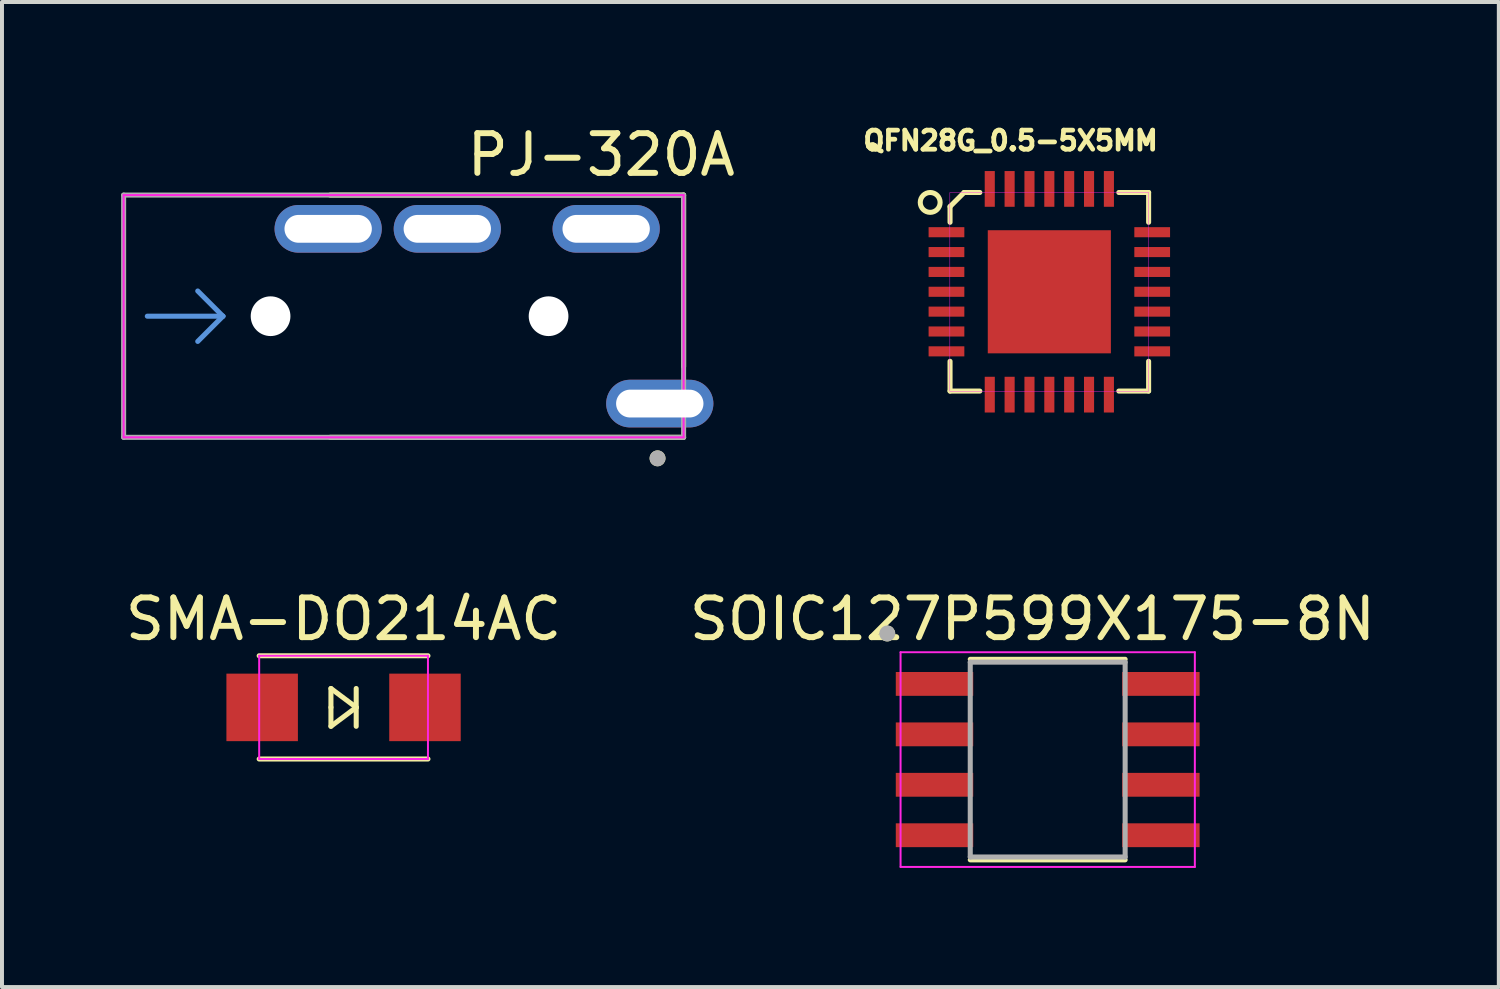
<source format=kicad_pcb>
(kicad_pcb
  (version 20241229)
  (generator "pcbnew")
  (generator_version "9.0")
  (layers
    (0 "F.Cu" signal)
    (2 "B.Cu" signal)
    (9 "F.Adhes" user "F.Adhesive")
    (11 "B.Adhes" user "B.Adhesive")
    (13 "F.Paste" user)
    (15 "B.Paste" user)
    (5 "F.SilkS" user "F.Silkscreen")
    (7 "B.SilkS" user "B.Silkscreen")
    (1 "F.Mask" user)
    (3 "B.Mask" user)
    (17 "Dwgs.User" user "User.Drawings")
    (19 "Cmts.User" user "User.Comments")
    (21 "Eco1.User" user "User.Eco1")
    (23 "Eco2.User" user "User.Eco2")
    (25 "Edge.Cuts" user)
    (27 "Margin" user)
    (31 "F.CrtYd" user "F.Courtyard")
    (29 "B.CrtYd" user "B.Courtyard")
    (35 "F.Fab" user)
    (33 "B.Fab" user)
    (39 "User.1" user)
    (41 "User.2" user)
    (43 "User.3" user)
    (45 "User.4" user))
  (footprint "SMA-DO214AC"
    (layer "F.Cu")
    (at 5.601 14.762)
    (property "Reference" "SMA-DO214AC" (at 0 -2.223 0) (layer "F.SilkS") (effects (font (size 1 1) (thickness 0.15))))
    (attr smd)
    (fp_line (start -2.125 -1.3) (end 2.125 -1.3) (stroke (width 0.127) (type solid)) (layer "F.SilkS"))
    (fp_line (start -2.125 1.3) (end 2.125 1.3) (stroke (width 0.127) (type solid)) (layer "F.SilkS"))
    (fp_line (start -0.318 -0.476) (end -0.318 0) (stroke (width 0.127) (type solid)) (layer "F.SilkS"))
    (fp_line (start -0.318 0) (end -0.318 0.476) (stroke (width 0.127) (type solid)) (layer "F.SilkS"))
    (fp_line (start -0.318 0.476) (end 0.318 0) (stroke (width 0.127) (type solid)) (layer "F.SilkS"))
    (fp_line (start 0.318 0) (end -0.318 -0.476) (stroke (width 0.127) (type solid)) (layer "F.SilkS"))
    (fp_line (start 0.318 0) (end 0.318 -0.476) (stroke (width 0.127) (type solid)) (layer "F.SilkS"))
    (fp_line (start 0.318 0) (end 0.318 0.476) (stroke (width 0.127) (type solid)) (layer "F.SilkS"))
    (fp_line (start -2.125 -1.3) (end -2.125 1.3) (stroke (width 0.05) (type solid)) (layer "F.CrtYd"))
    (fp_line (start -2.125 -1.3) (end 2.125 -1.3) (stroke (width 0.05) (type solid)) (layer "F.CrtYd"))
    (fp_line (start -2.125 1.3) (end 2.125 1.3) (stroke (width 0.05) (type solid)) (layer "F.CrtYd"))
    (fp_line (start 2.125 -1.3) (end 2.125 1.3) (stroke (width 0.05) (type solid)) (layer "F.CrtYd"))
    (pad "1" smd rect (at -2.05 0) (size 1.8 1.7) (layers "F.Cu" "F.Mask" "F.Paste"))
    (pad "2" smd rect (at 2.05 0) (size 1.8 1.7) (layers "F.Cu" "F.Mask" "F.Paste")))
  (footprint "SOIC127P599X175-8N"
    (layer "F.Cu")
    (at 23.331 16.076)
    (property "Reference" "SOIC127P599X175-8N" (at -0.385 -3.537 0) (layer "F.SilkS") (effects (font (size 1 1) (thickness 0.15))))
    (attr through_hole)
    (fp_line (start -1.95 -2.525) (end 1.95 -2.525) (stroke (width 0.127) (type solid)) (layer "F.SilkS"))
    (fp_line (start -1.95 2.525) (end 1.95 2.525) (stroke (width 0.127) (type solid)) (layer "F.SilkS"))
    (fp_circle (center -4.04 -3.175) (end -3.94 -3.175) (stroke (width 0.2) (type solid)) (fill no) (layer "F.SilkS"))
    (fp_line (start -3.705 -2.703) (end -3.705 2.703) (stroke (width 0.05) (type solid)) (layer "F.CrtYd"))
    (fp_line (start -3.705 -2.703) (end 3.705 -2.703) (stroke (width 0.05) (type solid)) (layer "F.CrtYd"))
    (fp_line (start -3.705 2.703) (end 3.705 2.703) (stroke (width 0.05) (type solid)) (layer "F.CrtYd"))
    (fp_line (start 3.705 -2.703) (end 3.705 2.703) (stroke (width 0.05) (type solid)) (layer "F.CrtYd"))
    (fp_line (start -1.95 -2.453) (end -1.95 2.453) (stroke (width 0.127) (type solid)) (layer "F.Fab"))
    (fp_line (start -1.95 -2.453) (end 1.95 -2.453) (stroke (width 0.127) (type solid)) (layer "F.Fab"))
    (fp_line (start -1.95 2.453) (end 1.95 2.453) (stroke (width 0.127) (type solid)) (layer "F.Fab"))
    (fp_line (start 1.95 -2.453) (end 1.95 2.453) (stroke (width 0.127) (type solid)) (layer "F.Fab"))
    (fp_circle (center -4.04 -3.175) (end -3.94 -3.175) (stroke (width 0.2) (type solid)) (fill no) (layer "F.Fab"))
    (pad "1" smd rect (at -2.85 -1.905) (size 1.95 0.6) (layers "F.Cu" "F.Mask" "F.Paste"))
    (pad "2" smd rect (at -2.85 -0.635) (size 1.95 0.6) (layers "F.Cu" "F.Mask" "F.Paste"))
    (pad "3" smd rect (at -2.85 0.635) (size 1.95 0.6) (layers "F.Cu" "F.Mask" "F.Paste"))
    (pad "4" smd rect (at -2.85 1.905) (size 1.95 0.6) (layers "F.Cu" "F.Mask" "F.Paste"))
    (pad "5" smd rect (at 2.85 1.905) (size 1.95 0.6) (layers "F.Cu" "F.Mask" "F.Paste"))
    (pad "6" smd rect (at 2.85 0.635) (size 1.95 0.6) (layers "F.Cu" "F.Mask" "F.Paste"))
    (pad "7" smd rect (at 2.85 -0.635) (size 1.95 0.6) (layers "F.Cu" "F.Mask" "F.Paste"))
    (pad "8" smd rect (at 2.85 -1.905) (size 1.95 0.6) (layers "F.Cu" "F.Mask" "F.Paste")))
  (footprint "PJ-320A"
    (layer "F.Cu")
    (at 7.263 4.912)
    (property "Reference" "PJ-320A" (at 4.826 -4.064 0) (layer "F.SilkS") (effects (font (size 1 1) (thickness 0.15))))
    (attr smd)
    (fp_line (start -2 -3.05) (end 6.9 -3.05) (stroke (width 0.127) (type solid)) (layer "F.SilkS"))
    (fp_line (start 6.9 -3.05) (end 6.9 1.27) (stroke (width 0.127) (type solid)) (layer "F.SilkS"))
    (fp_line (start 6.9 3.05) (end -2 3.05) (stroke (width 0.127) (type solid)) (layer "F.SilkS"))
    (fp_circle (center 6.244 3.579) (end 6.344 3.579) (stroke (width 0.2) (type solid)) (fill no) (layer "F.SilkS"))
    (fp_line (start -6.604 0) (end -4.699 0) (stroke (width 0.127) (type solid)) (layer "Cmts.User"))
    (fp_line (start -4.699 0) (end -5.334 -0.635) (stroke (width 0.127) (type solid)) (layer "Cmts.User"))
    (fp_line (start -4.699 0) (end -5.334 0.635) (stroke (width 0.127) (type solid)) (layer "Cmts.User"))
    (fp_line (start -7.2 -3.05) (end -7.2 3.05) (stroke (width 0.05) (type solid)) (layer "F.CrtYd"))
    (fp_line (start -7.2 3.05) (end 6.9 3.05) (stroke (width 0.05) (type solid)) (layer "F.CrtYd"))
    (fp_line (start 6.9 -3.05) (end -7.2 -3.05) (stroke (width 0.05) (type solid)) (layer "F.CrtYd"))
    (fp_line (start 6.9 3.05) (end 6.9 -3.05) (stroke (width 0.05) (type solid)) (layer "F.CrtYd"))
    (fp_line (start -7.2 -3.05) (end 6.9 -3.05) (stroke (width 0.127) (type solid)) (layer "F.Fab"))
    (fp_line (start -7.2 3.05) (end -7.2 -3.05) (stroke (width 0.127) (type solid)) (layer "F.Fab"))
    (fp_line (start 6.9 -3.05) (end 6.9 3.05) (stroke (width 0.127) (type solid)) (layer "F.Fab"))
    (fp_line (start 6.9 3.05) (end -7.2 3.05) (stroke (width 0.127) (type solid)) (layer "F.Fab"))
    (fp_circle (center 6.244 3.579) (end 6.344 3.579) (stroke (width 0.2) (type solid)) (fill no) (layer "F.Fab"))
    (pad "" np_thru_hole circle (at -3.5 0) (size 1 1) (drill 1) (layers "*.Cu" "*.Mask"))
    (pad "" np_thru_hole circle (at 3.5 0) (size 1 1) (drill 1) (layers "*.Cu" "*.Mask"))
    (pad "1" thru_hole oval (at 6.3 2.2) (size 2.7 1.2) (drill oval 2.2 0.7) (layers "*.Cu" "*.Mask"))
    (pad "2" thru_hole oval (at 4.95 -2.2) (size 2.7 1.2) (drill oval 2.2 0.7) (layers "*.Cu" "*.Mask"))
    (pad "3" thru_hole oval (at 0.95 -2.2) (size 2.7 1.2) (drill oval 2.2 0.7) (layers "*.Cu" "*.Mask"))
    (pad "4" thru_hole oval (at -2.05 -2.2) (size 2.7 1.2) (drill oval 2.2 0.7) (layers "*.Cu" "*.Mask" "B.Paste")))
  (footprint "QFN28G_0.5-5X5MM"
    (layer "F.Cu")
    (at 23.372 4.297)
    (property "Reference" "QFN28G_0.5-5X5MM" (at -0.976 -3.806 0) (layer "F.SilkS") (effects (font (size 0.48 0.48) (thickness 0.15))))
    (attr smd)
    (fp_line (start -2.5 -2.146) (end -2.5 -1.75) (stroke (width 0.127) (type solid)) (layer "F.SilkS"))
    (fp_line (start -2.5 1.75) (end -2.5 2.5) (stroke (width 0.127) (type solid)) (layer "F.SilkS"))
    (fp_line (start -2.5 2.5) (end -1.75 2.5) (stroke (width 0.127) (type solid)) (layer "F.SilkS"))
    (fp_line (start -2.146 -2.5) (end -2.5 -2.146) (stroke (width 0.127) (type solid)) (layer "F.SilkS"))
    (fp_line (start -1.75 -2.5) (end -2.146 -2.5) (stroke (width 0.127) (type solid)) (layer "F.SilkS"))
    (fp_line (start 1.75 -2.5) (end 2.5 -2.5) (stroke (width 0.127) (type solid)) (layer "F.SilkS"))
    (fp_line (start 1.75 2.5) (end 2.5 2.5) (stroke (width 0.127) (type solid)) (layer "F.SilkS"))
    (fp_line (start 2.5 -2.5) (end 2.5 -1.75) (stroke (width 0.127) (type solid)) (layer "F.SilkS"))
    (fp_line (start 2.5 2.5) (end 2.5 1.75) (stroke (width 0.127) (type solid)) (layer "F.SilkS"))
    (fp_circle (center -3 -2.25) (end -2.75 -2.25) (stroke (width 0.127) (type solid)) (fill no) (layer "F.SilkS"))
    (fp_poly (pts (xy -1.503 0.25) (xy -0.25 0.25) (xy -0.25 1.503) (xy -1.503 1.503)) (stroke (width 0.01) (type solid)) (fill yes) (layer "F.Paste"))
    (fp_poly (pts (xy -1.502 -1.5) (xy -0.25 -1.5) (xy -0.25 -0.25) (xy -1.502 -0.25)) (stroke (width 0.01) (type solid)) (fill yes) (layer "F.Paste"))
    (fp_poly (pts (xy 0.25 -1.5) (xy 1.5 -1.5) (xy 1.5 -0.25) (xy 0.25 -0.25)) (stroke (width 0.01) (type solid)) (fill yes) (layer "F.Paste"))
    (fp_poly (pts (xy 0.25 0.25) (xy 1.5 0.25) (xy 1.5 1.503) (xy 0.25 1.503)) (stroke (width 0.01) (type solid)) (fill yes) (layer "F.Paste"))
    (fp_poly (pts (xy -2.505 -2.5) (xy 2.5 -2.5) (xy 2.5 2.505) (xy -2.505 2.505)) (stroke (width 0.01) (type solid)) (fill no) (layer "F.CrtYd"))
    (pad "1" smd rect (at -2.59 -1.5) (size 0.9 0.254) (layers "F.Cu" "F.Mask" "F.Paste"))
    (pad "2" smd rect (at -2.59 -1) (size 0.9 0.254) (layers "F.Cu" "F.Mask" "F.Paste"))
    (pad "3" smd rect (at -2.59 -0.5) (size 0.9 0.254) (layers "F.Cu" "F.Mask" "F.Paste"))
    (pad "4" smd rect (at -2.59 0) (size 0.9 0.254) (layers "F.Cu" "F.Mask" "F.Paste"))
    (pad "5" smd rect (at -2.59 0.5) (size 0.9 0.254) (layers "F.Cu" "F.Mask" "F.Paste"))
    (pad "6" smd rect (at -2.59 1) (size 0.9 0.254) (layers "F.Cu" "F.Mask" "F.Paste"))
    (pad "7" smd rect (at -2.59 1.5) (size 0.9 0.254) (layers "F.Cu" "F.Mask" "F.Paste"))
    (pad "8" smd rect (at -1.5 2.59) (size 0.254 0.9) (layers "F.Cu" "F.Mask" "F.Paste"))
    (pad "9" smd rect (at -1 2.59) (size 0.254 0.9) (layers "F.Cu" "F.Mask" "F.Paste"))
    (pad "10" smd rect (at -0.5 2.59) (size 0.254 0.9) (layers "F.Cu" "F.Mask" "F.Paste"))
    (pad "11" smd rect (at 0 2.59) (size 0.254 0.9) (layers "F.Cu" "F.Mask" "F.Paste"))
    (pad "12" smd rect (at 0.5 2.59) (size 0.254 0.9) (layers "F.Cu" "F.Mask" "F.Paste"))
    (pad "13" smd rect (at 1 2.59) (size 0.254 0.9) (layers "F.Cu" "F.Mask" "F.Paste"))
    (pad "14" smd rect (at 1.5 2.59) (size 0.254 0.9) (layers "F.Cu" "F.Mask" "F.Paste"))
    (pad "15" smd rect (at 2.59 1.5) (size 0.9 0.254) (layers "F.Cu" "F.Mask" "F.Paste"))
    (pad "16" smd rect (at 2.59 1) (size 0.9 0.254) (layers "F.Cu" "F.Mask" "F.Paste"))
    (pad "17" smd rect (at 2.59 0.5) (size 0.9 0.254) (layers "F.Cu" "F.Mask" "F.Paste"))
    (pad "18" smd rect (at 2.59 0) (size 0.9 0.254) (layers "F.Cu" "F.Mask" "F.Paste"))
    (pad "19" smd rect (at 2.59 -0.5) (size 0.9 0.254) (layers "F.Cu" "F.Mask" "F.Paste"))
    (pad "20" smd rect (at 2.59 -1) (size 0.9 0.254) (layers "F.Cu" "F.Mask" "F.Paste"))
    (pad "21" smd rect (at 2.59 -1.5) (size 0.9 0.254) (layers "F.Cu" "F.Mask" "F.Paste"))
    (pad "22" smd rect (at 1.5 -2.59) (size 0.254 0.9) (layers "F.Cu" "F.Mask" "F.Paste"))
    (pad "23" smd rect (at 1 -2.59) (size 0.254 0.9) (layers "F.Cu" "F.Mask" "F.Paste"))
    (pad "24" smd rect (at 0.5 -2.59) (size 0.254 0.9) (layers "F.Cu" "F.Mask" "F.Paste"))
    (pad "25" smd rect (at 0 -2.59) (size 0.254 0.9) (layers "F.Cu" "F.Mask" "F.Paste"))
    (pad "26" smd rect (at -0.5 -2.59) (size 0.254 0.9) (layers "F.Cu" "F.Mask" "F.Paste"))
    (pad "27" smd rect (at -1 -2.59) (size 0.254 0.9) (layers "F.Cu" "F.Mask" "F.Paste"))
    (pad "28" smd rect (at -1.5 -2.59) (size 0.254 0.9) (layers "F.Cu" "F.Mask" "F.Paste"))
    (pad "29" smd rect (at 0 0) (size 3.1 3.1) (layers "F.Cu" "F.Mask")))
  (gr_rect
    (start -3 -3)
    (end 34.69 21.804)
    (stroke (width 0.1) (type default))
    (fill no)
    (layer "Edge.Cuts")))
</source>
